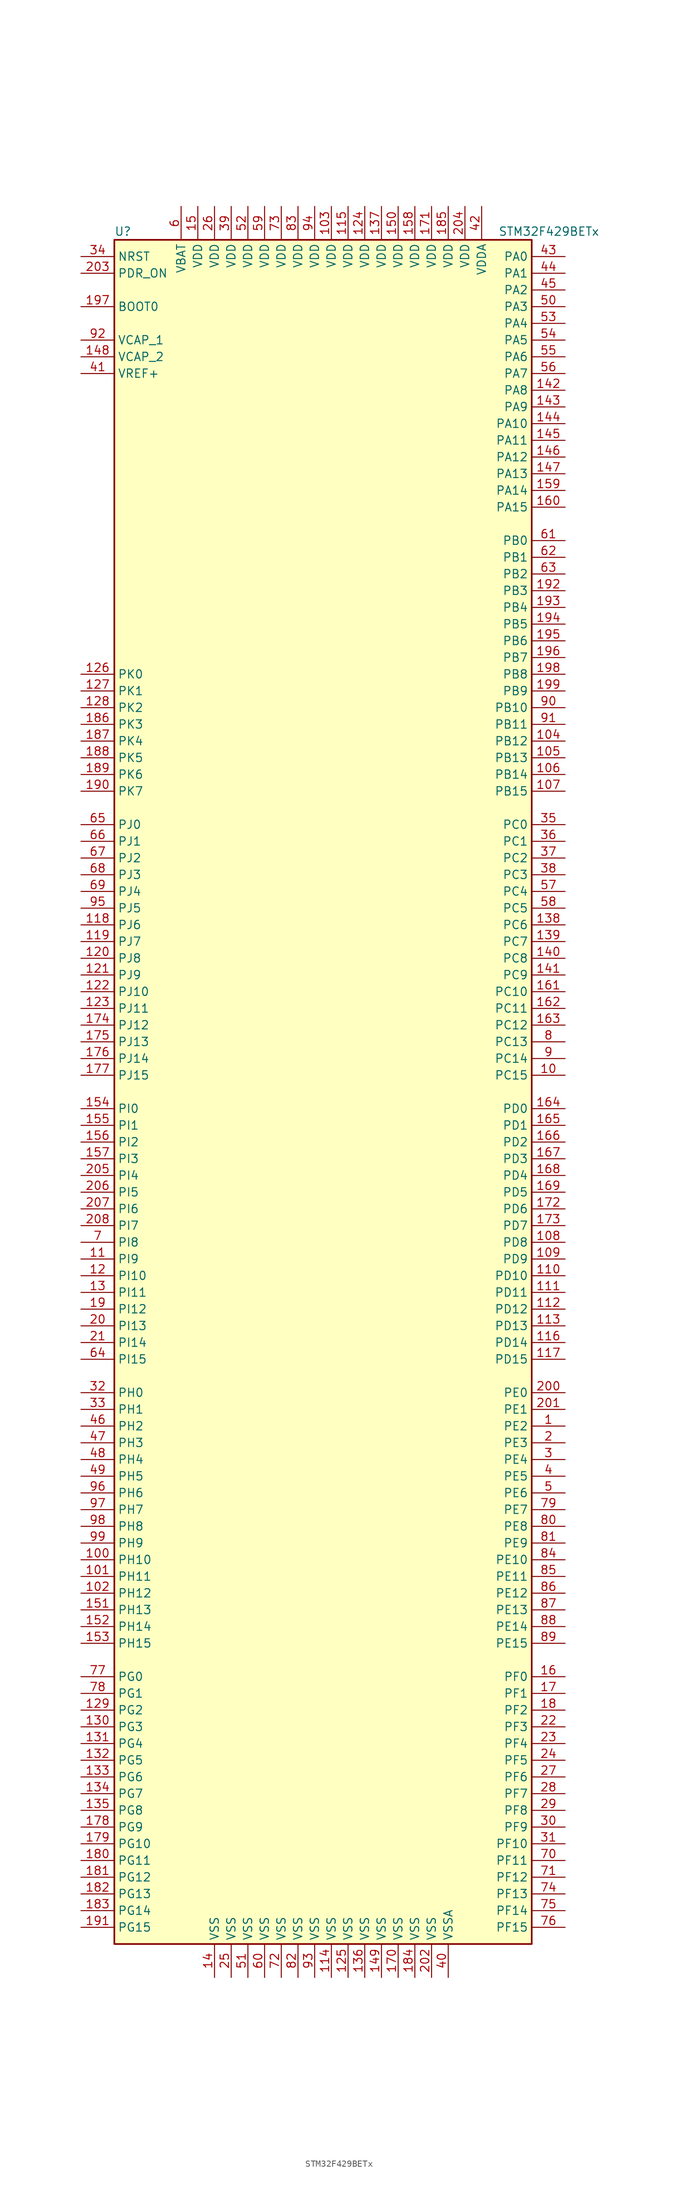
<source format=kicad_sym>
(kicad_symbol_lib
  (version 20220914)
  (generator kicad_symbol_editor)
  (symbol "STM32F429BETx"
    (property "Reference" "U"
      (at -33.02 130.81 0)
      (effects (font (size 1.27 1.27)) (justify left)))
    (property "Value" "STM32F429BETx"
      (at 25.4 130.81 0)
      (effects (font (size 1.27 1.27)) (justify left)))
    (symbol "STM32F429BETx_0_1"
      (rectangle (start -33.02 -129.54) (end 30.48 129.54) (stroke (width 0.254) (type default)) (fill (type background))))
    (symbol "STM32F429BETx_1_1"
      (pin bidirectional line (at 35.56 -50.8 180) (length 5.08) (name "PE2" (effects (font (size 1.27 1.27)))) (number "1" (effects (font (size 1.27 1.27)))))
      (pin bidirectional line (at 35.56 2.54 180) (length 5.08) (name "PC15" (effects (font (size 1.27 1.27)))) (number "10" (effects (font (size 1.27 1.27)))))
      (pin bidirectional line (at -38.1 -71.12 0) (length 5.08) (name "PH10" (effects (font (size 1.27 1.27)))) (number "100" (effects (font (size 1.27 1.27)))))
      (pin bidirectional line (at -38.1 -73.66 0) (length 5.08) (name "PH11" (effects (font (size 1.27 1.27)))) (number "101" (effects (font (size 1.27 1.27)))))
      (pin bidirectional line (at -38.1 -76.2 0) (length 5.08) (name "PH12" (effects (font (size 1.27 1.27)))) (number "102" (effects (font (size 1.27 1.27)))))
      (pin power_in line (at 0 134.62 270) (length 5.08) (name "VDD" (effects (font (size 1.27 1.27)))) (number "103" (effects (font (size 1.27 1.27)))))
      (pin bidirectional line (at 35.56 53.34 180) (length 5.08) (name "PB12" (effects (font (size 1.27 1.27)))) (number "104" (effects (font (size 1.27 1.27)))))
      (pin bidirectional line (at 35.56 50.8 180) (length 5.08) (name "PB13" (effects (font (size 1.27 1.27)))) (number "105" (effects (font (size 1.27 1.27)))))
      (pin bidirectional line (at 35.56 48.26 180) (length 5.08) (name "PB14" (effects (font (size 1.27 1.27)))) (number "106" (effects (font (size 1.27 1.27)))))
      (pin bidirectional line (at 35.56 45.72 180) (length 5.08) (name "PB15" (effects (font (size 1.27 1.27)))) (number "107" (effects (font (size 1.27 1.27)))))
      (pin bidirectional line (at 35.56 -22.86 180) (length 5.08) (name "PD8" (effects (font (size 1.27 1.27)))) (number "108" (effects (font (size 1.27 1.27)))))
      (pin bidirectional line (at 35.56 -25.4 180) (length 5.08) (name "PD9" (effects (font (size 1.27 1.27)))) (number "109" (effects (font (size 1.27 1.27)))))
      (pin bidirectional line (at -38.1 -25.4 0) (length 5.08) (name "PI9" (effects (font (size 1.27 1.27)))) (number "11" (effects (font (size 1.27 1.27)))))
      (pin bidirectional line (at 35.56 -27.94 180) (length 5.08) (name "PD10" (effects (font (size 1.27 1.27)))) (number "110" (effects (font (size 1.27 1.27)))))
      (pin bidirectional line (at 35.56 -30.48 180) (length 5.08) (name "PD11" (effects (font (size 1.27 1.27)))) (number "111" (effects (font (size 1.27 1.27)))))
      (pin bidirectional line (at 35.56 -33.02 180) (length 5.08) (name "PD12" (effects (font (size 1.27 1.27)))) (number "112" (effects (font (size 1.27 1.27)))))
      (pin bidirectional line (at 35.56 -35.56 180) (length 5.08) (name "PD13" (effects (font (size 1.27 1.27)))) (number "113" (effects (font (size 1.27 1.27)))))
      (pin power_in line (at 0 -134.62 90) (length 5.08) (name "VSS" (effects (font (size 1.27 1.27)))) (number "114" (effects (font (size 1.27 1.27)))))
      (pin power_in line (at 2.54 134.62 270) (length 5.08) (name "VDD" (effects (font (size 1.27 1.27)))) (number "115" (effects (font (size 1.27 1.27)))))
      (pin bidirectional line (at 35.56 -38.1 180) (length 5.08) (name "PD14" (effects (font (size 1.27 1.27)))) (number "116" (effects (font (size 1.27 1.27)))))
      (pin bidirectional line (at 35.56 -40.64 180) (length 5.08) (name "PD15" (effects (font (size 1.27 1.27)))) (number "117" (effects (font (size 1.27 1.27)))))
      (pin bidirectional line (at -38.1 25.4 0) (length 5.08) (name "PJ6" (effects (font (size 1.27 1.27)))) (number "118" (effects (font (size 1.27 1.27)))))
      (pin bidirectional line (at -38.1 22.86 0) (length 5.08) (name "PJ7" (effects (font (size 1.27 1.27)))) (number "119" (effects (font (size 1.27 1.27)))))
      (pin bidirectional line (at -38.1 -27.94 0) (length 5.08) (name "PI10" (effects (font (size 1.27 1.27)))) (number "12" (effects (font (size 1.27 1.27)))))
      (pin bidirectional line (at -38.1 20.32 0) (length 5.08) (name "PJ8" (effects (font (size 1.27 1.27)))) (number "120" (effects (font (size 1.27 1.27)))))
      (pin bidirectional line (at -38.1 17.78 0) (length 5.08) (name "PJ9" (effects (font (size 1.27 1.27)))) (number "121" (effects (font (size 1.27 1.27)))))
      (pin bidirectional line (at -38.1 15.24 0) (length 5.08) (name "PJ10" (effects (font (size 1.27 1.27)))) (number "122" (effects (font (size 1.27 1.27)))))
      (pin bidirectional line (at -38.1 12.7 0) (length 5.08) (name "PJ11" (effects (font (size 1.27 1.27)))) (number "123" (effects (font (size 1.27 1.27)))))
      (pin power_in line (at 5.08 134.62 270) (length 5.08) (name "VDD" (effects (font (size 1.27 1.27)))) (number "124" (effects (font (size 1.27 1.27)))))
      (pin power_in line (at 2.54 -134.62 90) (length 5.08) (name "VSS" (effects (font (size 1.27 1.27)))) (number "125" (effects (font (size 1.27 1.27)))))
      (pin bidirectional line (at -38.1 63.5 0) (length 5.08) (name "PK0" (effects (font (size 1.27 1.27)))) (number "126" (effects (font (size 1.27 1.27)))))
      (pin bidirectional line (at -38.1 60.96 0) (length 5.08) (name "PK1" (effects (font (size 1.27 1.27)))) (number "127" (effects (font (size 1.27 1.27)))))
      (pin bidirectional line (at -38.1 58.42 0) (length 5.08) (name "PK2" (effects (font (size 1.27 1.27)))) (number "128" (effects (font (size 1.27 1.27)))))
      (pin bidirectional line (at -38.1 -93.98 0) (length 5.08) (name "PG2" (effects (font (size 1.27 1.27)))) (number "129" (effects (font (size 1.27 1.27)))))
      (pin bidirectional line (at -38.1 -30.48 0) (length 5.08) (name "PI11" (effects (font (size 1.27 1.27)))) (number "13" (effects (font (size 1.27 1.27)))))
      (pin bidirectional line (at -38.1 -96.52 0) (length 5.08) (name "PG3" (effects (font (size 1.27 1.27)))) (number "130" (effects (font (size 1.27 1.27)))))
      (pin bidirectional line (at -38.1 -99.06 0) (length 5.08) (name "PG4" (effects (font (size 1.27 1.27)))) (number "131" (effects (font (size 1.27 1.27)))))
      (pin bidirectional line (at -38.1 -101.6 0) (length 5.08) (name "PG5" (effects (font (size 1.27 1.27)))) (number "132" (effects (font (size 1.27 1.27)))))
      (pin bidirectional line (at -38.1 -104.14 0) (length 5.08) (name "PG6" (effects (font (size 1.27 1.27)))) (number "133" (effects (font (size 1.27 1.27)))))
      (pin bidirectional line (at -38.1 -106.68 0) (length 5.08) (name "PG7" (effects (font (size 1.27 1.27)))) (number "134" (effects (font (size 1.27 1.27)))))
      (pin bidirectional line (at -38.1 -109.22 0) (length 5.08) (name "PG8" (effects (font (size 1.27 1.27)))) (number "135" (effects (font (size 1.27 1.27)))))
      (pin power_in line (at 5.08 -134.62 90) (length 5.08) (name "VSS" (effects (font (size 1.27 1.27)))) (number "136" (effects (font (size 1.27 1.27)))))
      (pin power_in line (at 7.62 134.62 270) (length 5.08) (name "VDD" (effects (font (size 1.27 1.27)))) (number "137" (effects (font (size 1.27 1.27)))))
      (pin bidirectional line (at 35.56 25.4 180) (length 5.08) (name "PC6" (effects (font (size 1.27 1.27)))) (number "138" (effects (font (size 1.27 1.27)))))
      (pin bidirectional line (at 35.56 22.86 180) (length 5.08) (name "PC7" (effects (font (size 1.27 1.27)))) (number "139" (effects (font (size 1.27 1.27)))))
      (pin power_in line (at -17.78 -134.62 90) (length 5.08) (name "VSS" (effects (font (size 1.27 1.27)))) (number "14" (effects (font (size 1.27 1.27)))))
      (pin bidirectional line (at 35.56 20.32 180) (length 5.08) (name "PC8" (effects (font (size 1.27 1.27)))) (number "140" (effects (font (size 1.27 1.27)))))
      (pin bidirectional line (at 35.56 17.78 180) (length 5.08) (name "PC9" (effects (font (size 1.27 1.27)))) (number "141" (effects (font (size 1.27 1.27)))))
      (pin bidirectional line (at 35.56 106.68 180) (length 5.08) (name "PA8" (effects (font (size 1.27 1.27)))) (number "142" (effects (font (size 1.27 1.27)))))
      (pin bidirectional line (at 35.56 104.14 180) (length 5.08) (name "PA9" (effects (font (size 1.27 1.27)))) (number "143" (effects (font (size 1.27 1.27)))))
      (pin bidirectional line (at 35.56 101.6 180) (length 5.08) (name "PA10" (effects (font (size 1.27 1.27)))) (number "144" (effects (font (size 1.27 1.27)))))
      (pin bidirectional line (at 35.56 99.06 180) (length 5.08) (name "PA11" (effects (font (size 1.27 1.27)))) (number "145" (effects (font (size 1.27 1.27)))))
      (pin bidirectional line (at 35.56 96.52 180) (length 5.08) (name "PA12" (effects (font (size 1.27 1.27)))) (number "146" (effects (font (size 1.27 1.27)))))
      (pin bidirectional line (at 35.56 93.98 180) (length 5.08) (name "PA13" (effects (font (size 1.27 1.27)))) (number "147" (effects (font (size 1.27 1.27)))))
      (pin power_in line (at -38.1 111.76 0) (length 5.08) (name "VCAP_2" (effects (font (size 1.27 1.27)))) (number "148" (effects (font (size 1.27 1.27)))))
      (pin power_in line (at 7.62 -134.62 90) (length 5.08) (name "VSS" (effects (font (size 1.27 1.27)))) (number "149" (effects (font (size 1.27 1.27)))))
      (pin power_in line (at -20.32 134.62 270) (length 5.08) (name "VDD" (effects (font (size 1.27 1.27)))) (number "15" (effects (font (size 1.27 1.27)))))
      (pin power_in line (at 10.16 134.62 270) (length 5.08) (name "VDD" (effects (font (size 1.27 1.27)))) (number "150" (effects (font (size 1.27 1.27)))))
      (pin bidirectional line (at -38.1 -78.74 0) (length 5.08) (name "PH13" (effects (font (size 1.27 1.27)))) (number "151" (effects (font (size 1.27 1.27)))))
      (pin bidirectional line (at -38.1 -81.28 0) (length 5.08) (name "PH14" (effects (font (size 1.27 1.27)))) (number "152" (effects (font (size 1.27 1.27)))))
      (pin bidirectional line (at -38.1 -83.82 0) (length 5.08) (name "PH15" (effects (font (size 1.27 1.27)))) (number "153" (effects (font (size 1.27 1.27)))))
      (pin bidirectional line (at -38.1 -2.54 0) (length 5.08) (name "PI0" (effects (font (size 1.27 1.27)))) (number "154" (effects (font (size 1.27 1.27)))))
      (pin bidirectional line (at -38.1 -5.08 0) (length 5.08) (name "PI1" (effects (font (size 1.27 1.27)))) (number "155" (effects (font (size 1.27 1.27)))))
      (pin bidirectional line (at -38.1 -7.62 0) (length 5.08) (name "PI2" (effects (font (size 1.27 1.27)))) (number "156" (effects (font (size 1.27 1.27)))))
      (pin bidirectional line (at -38.1 -10.16 0) (length 5.08) (name "PI3" (effects (font (size 1.27 1.27)))) (number "157" (effects (font (size 1.27 1.27)))))
      (pin power_in line (at 12.7 134.62 270) (length 5.08) (name "VDD" (effects (font (size 1.27 1.27)))) (number "158" (effects (font (size 1.27 1.27)))))
      (pin bidirectional line (at 35.56 91.44 180) (length 5.08) (name "PA14" (effects (font (size 1.27 1.27)))) (number "159" (effects (font (size 1.27 1.27)))))
      (pin bidirectional line (at 35.56 -88.9 180) (length 5.08) (name "PF0" (effects (font (size 1.27 1.27)))) (number "16" (effects (font (size 1.27 1.27)))))
      (pin bidirectional line (at 35.56 88.9 180) (length 5.08) (name "PA15" (effects (font (size 1.27 1.27)))) (number "160" (effects (font (size 1.27 1.27)))))
      (pin bidirectional line (at 35.56 15.24 180) (length 5.08) (name "PC10" (effects (font (size 1.27 1.27)))) (number "161" (effects (font (size 1.27 1.27)))))
      (pin bidirectional line (at 35.56 12.7 180) (length 5.08) (name "PC11" (effects (font (size 1.27 1.27)))) (number "162" (effects (font (size 1.27 1.27)))))
      (pin bidirectional line (at 35.56 10.16 180) (length 5.08) (name "PC12" (effects (font (size 1.27 1.27)))) (number "163" (effects (font (size 1.27 1.27)))))
      (pin bidirectional line (at 35.56 -2.54 180) (length 5.08) (name "PD0" (effects (font (size 1.27 1.27)))) (number "164" (effects (font (size 1.27 1.27)))))
      (pin bidirectional line (at 35.56 -5.08 180) (length 5.08) (name "PD1" (effects (font (size 1.27 1.27)))) (number "165" (effects (font (size 1.27 1.27)))))
      (pin bidirectional line (at 35.56 -7.62 180) (length 5.08) (name "PD2" (effects (font (size 1.27 1.27)))) (number "166" (effects (font (size 1.27 1.27)))))
      (pin bidirectional line (at 35.56 -10.16 180) (length 5.08) (name "PD3" (effects (font (size 1.27 1.27)))) (number "167" (effects (font (size 1.27 1.27)))))
      (pin bidirectional line (at 35.56 -12.7 180) (length 5.08) (name "PD4" (effects (font (size 1.27 1.27)))) (number "168" (effects (font (size 1.27 1.27)))))
      (pin bidirectional line (at 35.56 -15.24 180) (length 5.08) (name "PD5" (effects (font (size 1.27 1.27)))) (number "169" (effects (font (size 1.27 1.27)))))
      (pin bidirectional line (at 35.56 -91.44 180) (length 5.08) (name "PF1" (effects (font (size 1.27 1.27)))) (number "17" (effects (font (size 1.27 1.27)))))
      (pin power_in line (at 10.16 -134.62 90) (length 5.08) (name "VSS" (effects (font (size 1.27 1.27)))) (number "170" (effects (font (size 1.27 1.27)))))
      (pin power_in line (at 15.24 134.62 270) (length 5.08) (name "VDD" (effects (font (size 1.27 1.27)))) (number "171" (effects (font (size 1.27 1.27)))))
      (pin bidirectional line (at 35.56 -17.78 180) (length 5.08) (name "PD6" (effects (font (size 1.27 1.27)))) (number "172" (effects (font (size 1.27 1.27)))))
      (pin bidirectional line (at 35.56 -20.32 180) (length 5.08) (name "PD7" (effects (font (size 1.27 1.27)))) (number "173" (effects (font (size 1.27 1.27)))))
      (pin bidirectional line (at -38.1 10.16 0) (length 5.08) (name "PJ12" (effects (font (size 1.27 1.27)))) (number "174" (effects (font (size 1.27 1.27)))))
      (pin bidirectional line (at -38.1 7.62 0) (length 5.08) (name "PJ13" (effects (font (size 1.27 1.27)))) (number "175" (effects (font (size 1.27 1.27)))))
      (pin bidirectional line (at -38.1 5.08 0) (length 5.08) (name "PJ14" (effects (font (size 1.27 1.27)))) (number "176" (effects (font (size 1.27 1.27)))))
      (pin bidirectional line (at -38.1 2.54 0) (length 5.08) (name "PJ15" (effects (font (size 1.27 1.27)))) (number "177" (effects (font (size 1.27 1.27)))))
      (pin bidirectional line (at -38.1 -111.76 0) (length 5.08) (name "PG9" (effects (font (size 1.27 1.27)))) (number "178" (effects (font (size 1.27 1.27)))))
      (pin bidirectional line (at -38.1 -114.3 0) (length 5.08) (name "PG10" (effects (font (size 1.27 1.27)))) (number "179" (effects (font (size 1.27 1.27)))))
      (pin bidirectional line (at 35.56 -93.98 180) (length 5.08) (name "PF2" (effects (font (size 1.27 1.27)))) (number "18" (effects (font (size 1.27 1.27)))))
      (pin bidirectional line (at -38.1 -116.84 0) (length 5.08) (name "PG11" (effects (font (size 1.27 1.27)))) (number "180" (effects (font (size 1.27 1.27)))))
      (pin bidirectional line (at -38.1 -119.38 0) (length 5.08) (name "PG12" (effects (font (size 1.27 1.27)))) (number "181" (effects (font (size 1.27 1.27)))))
      (pin bidirectional line (at -38.1 -121.92 0) (length 5.08) (name "PG13" (effects (font (size 1.27 1.27)))) (number "182" (effects (font (size 1.27 1.27)))))
      (pin bidirectional line (at -38.1 -124.46 0) (length 5.08) (name "PG14" (effects (font (size 1.27 1.27)))) (number "183" (effects (font (size 1.27 1.27)))))
      (pin power_in line (at 12.7 -134.62 90) (length 5.08) (name "VSS" (effects (font (size 1.27 1.27)))) (number "184" (effects (font (size 1.27 1.27)))))
      (pin power_in line (at 17.78 134.62 270) (length 5.08) (name "VDD" (effects (font (size 1.27 1.27)))) (number "185" (effects (font (size 1.27 1.27)))))
      (pin bidirectional line (at -38.1 55.88 0) (length 5.08) (name "PK3" (effects (font (size 1.27 1.27)))) (number "186" (effects (font (size 1.27 1.27)))))
      (pin bidirectional line (at -38.1 53.34 0) (length 5.08) (name "PK4" (effects (font (size 1.27 1.27)))) (number "187" (effects (font (size 1.27 1.27)))))
      (pin bidirectional line (at -38.1 50.8 0) (length 5.08) (name "PK5" (effects (font (size 1.27 1.27)))) (number "188" (effects (font (size 1.27 1.27)))))
      (pin bidirectional line (at -38.1 48.26 0) (length 5.08) (name "PK6" (effects (font (size 1.27 1.27)))) (number "189" (effects (font (size 1.27 1.27)))))
      (pin bidirectional line (at -38.1 -33.02 0) (length 5.08) (name "PI12" (effects (font (size 1.27 1.27)))) (number "19" (effects (font (size 1.27 1.27)))))
      (pin bidirectional line (at -38.1 45.72 0) (length 5.08) (name "PK7" (effects (font (size 1.27 1.27)))) (number "190" (effects (font (size 1.27 1.27)))))
      (pin bidirectional line (at -38.1 -127 0) (length 5.08) (name "PG15" (effects (font (size 1.27 1.27)))) (number "191" (effects (font (size 1.27 1.27)))))
      (pin bidirectional line (at 35.56 76.2 180) (length 5.08) (name "PB3" (effects (font (size 1.27 1.27)))) (number "192" (effects (font (size 1.27 1.27)))))
      (pin bidirectional line (at 35.56 73.66 180) (length 5.08) (name "PB4" (effects (font (size 1.27 1.27)))) (number "193" (effects (font (size 1.27 1.27)))))
      (pin bidirectional line (at 35.56 71.12 180) (length 5.08) (name "PB5" (effects (font (size 1.27 1.27)))) (number "194" (effects (font (size 1.27 1.27)))))
      (pin bidirectional line (at 35.56 68.58 180) (length 5.08) (name "PB6" (effects (font (size 1.27 1.27)))) (number "195" (effects (font (size 1.27 1.27)))))
      (pin bidirectional line (at 35.56 66.04 180) (length 5.08) (name "PB7" (effects (font (size 1.27 1.27)))) (number "196" (effects (font (size 1.27 1.27)))))
      (pin input line (at -38.1 119.38 0) (length 5.08) (name "BOOT0" (effects (font (size 1.27 1.27)))) (number "197" (effects (font (size 1.27 1.27)))))
      (pin bidirectional line (at 35.56 63.5 180) (length 5.08) (name "PB8" (effects (font (size 1.27 1.27)))) (number "198" (effects (font (size 1.27 1.27)))))
      (pin bidirectional line (at 35.56 60.96 180) (length 5.08) (name "PB9" (effects (font (size 1.27 1.27)))) (number "199" (effects (font (size 1.27 1.27)))))
      (pin bidirectional line (at 35.56 -53.34 180) (length 5.08) (name "PE3" (effects (font (size 1.27 1.27)))) (number "2" (effects (font (size 1.27 1.27)))))
      (pin bidirectional line (at -38.1 -35.56 0) (length 5.08) (name "PI13" (effects (font (size 1.27 1.27)))) (number "20" (effects (font (size 1.27 1.27)))))
      (pin bidirectional line (at 35.56 -45.72 180) (length 5.08) (name "PE0" (effects (font (size 1.27 1.27)))) (number "200" (effects (font (size 1.27 1.27)))))
      (pin bidirectional line (at 35.56 -48.26 180) (length 5.08) (name "PE1" (effects (font (size 1.27 1.27)))) (number "201" (effects (font (size 1.27 1.27)))))
      (pin power_in line (at 15.24 -134.62 90) (length 5.08) (name "VSS" (effects (font (size 1.27 1.27)))) (number "202" (effects (font (size 1.27 1.27)))))
      (pin input line (at -38.1 124.46 0) (length 5.08) (name "PDR_ON" (effects (font (size 1.27 1.27)))) (number "203" (effects (font (size 1.27 1.27)))))
      (pin power_in line (at 20.32 134.62 270) (length 5.08) (name "VDD" (effects (font (size 1.27 1.27)))) (number "204" (effects (font (size 1.27 1.27)))))
      (pin bidirectional line (at -38.1 -12.7 0) (length 5.08) (name "PI4" (effects (font (size 1.27 1.27)))) (number "205" (effects (font (size 1.27 1.27)))))
      (pin bidirectional line (at -38.1 -15.24 0) (length 5.08) (name "PI5" (effects (font (size 1.27 1.27)))) (number "206" (effects (font (size 1.27 1.27)))))
      (pin bidirectional line (at -38.1 -17.78 0) (length 5.08) (name "PI6" (effects (font (size 1.27 1.27)))) (number "207" (effects (font (size 1.27 1.27)))))
      (pin bidirectional line (at -38.1 -20.32 0) (length 5.08) (name "PI7" (effects (font (size 1.27 1.27)))) (number "208" (effects (font (size 1.27 1.27)))))
      (pin bidirectional line (at -38.1 -38.1 0) (length 5.08) (name "PI14" (effects (font (size 1.27 1.27)))) (number "21" (effects (font (size 1.27 1.27)))))
      (pin bidirectional line (at 35.56 -96.52 180) (length 5.08) (name "PF3" (effects (font (size 1.27 1.27)))) (number "22" (effects (font (size 1.27 1.27)))))
      (pin bidirectional line (at 35.56 -99.06 180) (length 5.08) (name "PF4" (effects (font (size 1.27 1.27)))) (number "23" (effects (font (size 1.27 1.27)))))
      (pin bidirectional line (at 35.56 -101.6 180) (length 5.08) (name "PF5" (effects (font (size 1.27 1.27)))) (number "24" (effects (font (size 1.27 1.27)))))
      (pin power_in line (at -15.24 -134.62 90) (length 5.08) (name "VSS" (effects (font (size 1.27 1.27)))) (number "25" (effects (font (size 1.27 1.27)))))
      (pin power_in line (at -17.78 134.62 270) (length 5.08) (name "VDD" (effects (font (size 1.27 1.27)))) (number "26" (effects (font (size 1.27 1.27)))))
      (pin bidirectional line (at 35.56 -104.14 180) (length 5.08) (name "PF6" (effects (font (size 1.27 1.27)))) (number "27" (effects (font (size 1.27 1.27)))))
      (pin bidirectional line (at 35.56 -106.68 180) (length 5.08) (name "PF7" (effects (font (size 1.27 1.27)))) (number "28" (effects (font (size 1.27 1.27)))))
      (pin bidirectional line (at 35.56 -109.22 180) (length 5.08) (name "PF8" (effects (font (size 1.27 1.27)))) (number "29" (effects (font (size 1.27 1.27)))))
      (pin bidirectional line (at 35.56 -55.88 180) (length 5.08) (name "PE4" (effects (font (size 1.27 1.27)))) (number "3" (effects (font (size 1.27 1.27)))))
      (pin bidirectional line (at 35.56 -111.76 180) (length 5.08) (name "PF9" (effects (font (size 1.27 1.27)))) (number "30" (effects (font (size 1.27 1.27)))))
      (pin bidirectional line (at 35.56 -114.3 180) (length 5.08) (name "PF10" (effects (font (size 1.27 1.27)))) (number "31" (effects (font (size 1.27 1.27)))))
      (pin input line (at -38.1 -45.72 0) (length 5.08) (name "PH0" (effects (font (size 1.27 1.27)))) (number "32" (effects (font (size 1.27 1.27)))))
      (pin input line (at -38.1 -48.26 0) (length 5.08) (name "PH1" (effects (font (size 1.27 1.27)))) (number "33" (effects (font (size 1.27 1.27)))))
      (pin input line (at -38.1 127 0) (length 5.08) (name "NRST" (effects (font (size 1.27 1.27)))) (number "34" (effects (font (size 1.27 1.27)))))
      (pin bidirectional line (at 35.56 40.64 180) (length 5.08) (name "PC0" (effects (font (size 1.27 1.27)))) (number "35" (effects (font (size 1.27 1.27)))))
      (pin bidirectional line (at 35.56 38.1 180) (length 5.08) (name "PC1" (effects (font (size 1.27 1.27)))) (number "36" (effects (font (size 1.27 1.27)))))
      (pin bidirectional line (at 35.56 35.56 180) (length 5.08) (name "PC2" (effects (font (size 1.27 1.27)))) (number "37" (effects (font (size 1.27 1.27)))))
      (pin bidirectional line (at 35.56 33.02 180) (length 5.08) (name "PC3" (effects (font (size 1.27 1.27)))) (number "38" (effects (font (size 1.27 1.27)))))
      (pin power_in line (at -15.24 134.62 270) (length 5.08) (name "VDD" (effects (font (size 1.27 1.27)))) (number "39" (effects (font (size 1.27 1.27)))))
      (pin bidirectional line (at 35.56 -58.42 180) (length 5.08) (name "PE5" (effects (font (size 1.27 1.27)))) (number "4" (effects (font (size 1.27 1.27)))))
      (pin power_in line (at 17.78 -134.62 90) (length 5.08) (name "VSSA" (effects (font (size 1.27 1.27)))) (number "40" (effects (font (size 1.27 1.27)))))
      (pin power_in line (at -38.1 109.22 0) (length 5.08) (name "VREF+" (effects (font (size 1.27 1.27)))) (number "41" (effects (font (size 1.27 1.27)))))
      (pin power_in line (at 22.86 134.62 270) (length 5.08) (name "VDDA" (effects (font (size 1.27 1.27)))) (number "42" (effects (font (size 1.27 1.27)))))
      (pin bidirectional line (at 35.56 127 180) (length 5.08) (name "PA0" (effects (font (size 1.27 1.27)))) (number "43" (effects (font (size 1.27 1.27)))))
      (pin bidirectional line (at 35.56 124.46 180) (length 5.08) (name "PA1" (effects (font (size 1.27 1.27)))) (number "44" (effects (font (size 1.27 1.27)))))
      (pin bidirectional line (at 35.56 121.92 180) (length 5.08) (name "PA2" (effects (font (size 1.27 1.27)))) (number "45" (effects (font (size 1.27 1.27)))))
      (pin bidirectional line (at -38.1 -50.8 0) (length 5.08) (name "PH2" (effects (font (size 1.27 1.27)))) (number "46" (effects (font (size 1.27 1.27)))))
      (pin bidirectional line (at -38.1 -53.34 0) (length 5.08) (name "PH3" (effects (font (size 1.27 1.27)))) (number "47" (effects (font (size 1.27 1.27)))))
      (pin bidirectional line (at -38.1 -55.88 0) (length 5.08) (name "PH4" (effects (font (size 1.27 1.27)))) (number "48" (effects (font (size 1.27 1.27)))))
      (pin bidirectional line (at -38.1 -58.42 0) (length 5.08) (name "PH5" (effects (font (size 1.27 1.27)))) (number "49" (effects (font (size 1.27 1.27)))))
      (pin bidirectional line (at 35.56 -60.96 180) (length 5.08) (name "PE6" (effects (font (size 1.27 1.27)))) (number "5" (effects (font (size 1.27 1.27)))))
      (pin bidirectional line (at 35.56 119.38 180) (length 5.08) (name "PA3" (effects (font (size 1.27 1.27)))) (number "50" (effects (font (size 1.27 1.27)))))
      (pin power_in line (at -12.7 -134.62 90) (length 5.08) (name "VSS" (effects (font (size 1.27 1.27)))) (number "51" (effects (font (size 1.27 1.27)))))
      (pin power_in line (at -12.7 134.62 270) (length 5.08) (name "VDD" (effects (font (size 1.27 1.27)))) (number "52" (effects (font (size 1.27 1.27)))))
      (pin bidirectional line (at 35.56 116.84 180) (length 5.08) (name "PA4" (effects (font (size 1.27 1.27)))) (number "53" (effects (font (size 1.27 1.27)))))
      (pin bidirectional line (at 35.56 114.3 180) (length 5.08) (name "PA5" (effects (font (size 1.27 1.27)))) (number "54" (effects (font (size 1.27 1.27)))))
      (pin bidirectional line (at 35.56 111.76 180) (length 5.08) (name "PA6" (effects (font (size 1.27 1.27)))) (number "55" (effects (font (size 1.27 1.27)))))
      (pin bidirectional line (at 35.56 109.22 180) (length 5.08) (name "PA7" (effects (font (size 1.27 1.27)))) (number "56" (effects (font (size 1.27 1.27)))))
      (pin bidirectional line (at 35.56 30.48 180) (length 5.08) (name "PC4" (effects (font (size 1.27 1.27)))) (number "57" (effects (font (size 1.27 1.27)))))
      (pin bidirectional line (at 35.56 27.94 180) (length 5.08) (name "PC5" (effects (font (size 1.27 1.27)))) (number "58" (effects (font (size 1.27 1.27)))))
      (pin power_in line (at -10.16 134.62 270) (length 5.08) (name "VDD" (effects (font (size 1.27 1.27)))) (number "59" (effects (font (size 1.27 1.27)))))
      (pin power_in line (at -22.86 134.62 270) (length 5.08) (name "VBAT" (effects (font (size 1.27 1.27)))) (number "6" (effects (font (size 1.27 1.27)))))
      (pin power_in line (at -10.16 -134.62 90) (length 5.08) (name "VSS" (effects (font (size 1.27 1.27)))) (number "60" (effects (font (size 1.27 1.27)))))
      (pin bidirectional line (at 35.56 83.82 180) (length 5.08) (name "PB0" (effects (font (size 1.27 1.27)))) (number "61" (effects (font (size 1.27 1.27)))))
      (pin bidirectional line (at 35.56 81.28 180) (length 5.08) (name "PB1" (effects (font (size 1.27 1.27)))) (number "62" (effects (font (size 1.27 1.27)))))
      (pin bidirectional line (at 35.56 78.74 180) (length 5.08) (name "PB2" (effects (font (size 1.27 1.27)))) (number "63" (effects (font (size 1.27 1.27)))))
      (pin bidirectional line (at -38.1 -40.64 0) (length 5.08) (name "PI15" (effects (font (size 1.27 1.27)))) (number "64" (effects (font (size 1.27 1.27)))))
      (pin bidirectional line (at -38.1 40.64 0) (length 5.08) (name "PJ0" (effects (font (size 1.27 1.27)))) (number "65" (effects (font (size 1.27 1.27)))))
      (pin bidirectional line (at -38.1 38.1 0) (length 5.08) (name "PJ1" (effects (font (size 1.27 1.27)))) (number "66" (effects (font (size 1.27 1.27)))))
      (pin bidirectional line (at -38.1 35.56 0) (length 5.08) (name "PJ2" (effects (font (size 1.27 1.27)))) (number "67" (effects (font (size 1.27 1.27)))))
      (pin bidirectional line (at -38.1 33.02 0) (length 5.08) (name "PJ3" (effects (font (size 1.27 1.27)))) (number "68" (effects (font (size 1.27 1.27)))))
      (pin bidirectional line (at -38.1 30.48 0) (length 5.08) (name "PJ4" (effects (font (size 1.27 1.27)))) (number "69" (effects (font (size 1.27 1.27)))))
      (pin bidirectional line (at -38.1 -22.86 0) (length 5.08) (name "PI8" (effects (font (size 1.27 1.27)))) (number "7" (effects (font (size 1.27 1.27)))))
      (pin bidirectional line (at 35.56 -116.84 180) (length 5.08) (name "PF11" (effects (font (size 1.27 1.27)))) (number "70" (effects (font (size 1.27 1.27)))))
      (pin bidirectional line (at 35.56 -119.38 180) (length 5.08) (name "PF12" (effects (font (size 1.27 1.27)))) (number "71" (effects (font (size 1.27 1.27)))))
      (pin power_in line (at -7.62 -134.62 90) (length 5.08) (name "VSS" (effects (font (size 1.27 1.27)))) (number "72" (effects (font (size 1.27 1.27)))))
      (pin power_in line (at -7.62 134.62 270) (length 5.08) (name "VDD" (effects (font (size 1.27 1.27)))) (number "73" (effects (font (size 1.27 1.27)))))
      (pin bidirectional line (at 35.56 -121.92 180) (length 5.08) (name "PF13" (effects (font (size 1.27 1.27)))) (number "74" (effects (font (size 1.27 1.27)))))
      (pin bidirectional line (at 35.56 -124.46 180) (length 5.08) (name "PF14" (effects (font (size 1.27 1.27)))) (number "75" (effects (font (size 1.27 1.27)))))
      (pin bidirectional line (at 35.56 -127 180) (length 5.08) (name "PF15" (effects (font (size 1.27 1.27)))) (number "76" (effects (font (size 1.27 1.27)))))
      (pin bidirectional line (at -38.1 -88.9 0) (length 5.08) (name "PG0" (effects (font (size 1.27 1.27)))) (number "77" (effects (font (size 1.27 1.27)))))
      (pin bidirectional line (at -38.1 -91.44 0) (length 5.08) (name "PG1" (effects (font (size 1.27 1.27)))) (number "78" (effects (font (size 1.27 1.27)))))
      (pin bidirectional line (at 35.56 -63.5 180) (length 5.08) (name "PE7" (effects (font (size 1.27 1.27)))) (number "79" (effects (font (size 1.27 1.27)))))
      (pin bidirectional line (at 35.56 7.62 180) (length 5.08) (name "PC13" (effects (font (size 1.27 1.27)))) (number "8" (effects (font (size 1.27 1.27)))))
      (pin bidirectional line (at 35.56 -66.04 180) (length 5.08) (name "PE8" (effects (font (size 1.27 1.27)))) (number "80" (effects (font (size 1.27 1.27)))))
      (pin bidirectional line (at 35.56 -68.58 180) (length 5.08) (name "PE9" (effects (font (size 1.27 1.27)))) (number "81" (effects (font (size 1.27 1.27)))))
      (pin power_in line (at -5.08 -134.62 90) (length 5.08) (name "VSS" (effects (font (size 1.27 1.27)))) (number "82" (effects (font (size 1.27 1.27)))))
      (pin power_in line (at -5.08 134.62 270) (length 5.08) (name "VDD" (effects (font (size 1.27 1.27)))) (number "83" (effects (font (size 1.27 1.27)))))
      (pin bidirectional line (at 35.56 -71.12 180) (length 5.08) (name "PE10" (effects (font (size 1.27 1.27)))) (number "84" (effects (font (size 1.27 1.27)))))
      (pin bidirectional line (at 35.56 -73.66 180) (length 5.08) (name "PE11" (effects (font (size 1.27 1.27)))) (number "85" (effects (font (size 1.27 1.27)))))
      (pin bidirectional line (at 35.56 -76.2 180) (length 5.08) (name "PE12" (effects (font (size 1.27 1.27)))) (number "86" (effects (font (size 1.27 1.27)))))
      (pin bidirectional line (at 35.56 -78.74 180) (length 5.08) (name "PE13" (effects (font (size 1.27 1.27)))) (number "87" (effects (font (size 1.27 1.27)))))
      (pin bidirectional line (at 35.56 -81.28 180) (length 5.08) (name "PE14" (effects (font (size 1.27 1.27)))) (number "88" (effects (font (size 1.27 1.27)))))
      (pin bidirectional line (at 35.56 -83.82 180) (length 5.08) (name "PE15" (effects (font (size 1.27 1.27)))) (number "89" (effects (font (size 1.27 1.27)))))
      (pin bidirectional line (at 35.56 5.08 180) (length 5.08) (name "PC14" (effects (font (size 1.27 1.27)))) (number "9" (effects (font (size 1.27 1.27)))))
      (pin bidirectional line (at 35.56 58.42 180) (length 5.08) (name "PB10" (effects (font (size 1.27 1.27)))) (number "90" (effects (font (size 1.27 1.27)))))
      (pin bidirectional line (at 35.56 55.88 180) (length 5.08) (name "PB11" (effects (font (size 1.27 1.27)))) (number "91" (effects (font (size 1.27 1.27)))))
      (pin power_in line (at -38.1 114.3 0) (length 5.08) (name "VCAP_1" (effects (font (size 1.27 1.27)))) (number "92" (effects (font (size 1.27 1.27)))))
      (pin power_in line (at -2.54 -134.62 90) (length 5.08) (name "VSS" (effects (font (size 1.27 1.27)))) (number "93" (effects (font (size 1.27 1.27)))))
      (pin power_in line (at -2.54 134.62 270) (length 5.08) (name "VDD" (effects (font (size 1.27 1.27)))) (number "94" (effects (font (size 1.27 1.27)))))
      (pin bidirectional line (at -38.1 27.94 0) (length 5.08) (name "PJ5" (effects (font (size 1.27 1.27)))) (number "95" (effects (font (size 1.27 1.27)))))
      (pin bidirectional line (at -38.1 -60.96 0) (length 5.08) (name "PH6" (effects (font (size 1.27 1.27)))) (number "96" (effects (font (size 1.27 1.27)))))
      (pin bidirectional line (at -38.1 -63.5 0) (length 5.08) (name "PH7" (effects (font (size 1.27 1.27)))) (number "97" (effects (font (size 1.27 1.27)))))
      (pin bidirectional line (at -38.1 -66.04 0) (length 5.08) (name "PH8" (effects (font (size 1.27 1.27)))) (number "98" (effects (font (size 1.27 1.27)))))
      (pin bidirectional line (at -38.1 -68.58 0) (length 5.08) (name "PH9" (effects (font (size 1.27 1.27)))) (number "99" (effects (font (size 1.27 1.27))))))))
</source>
